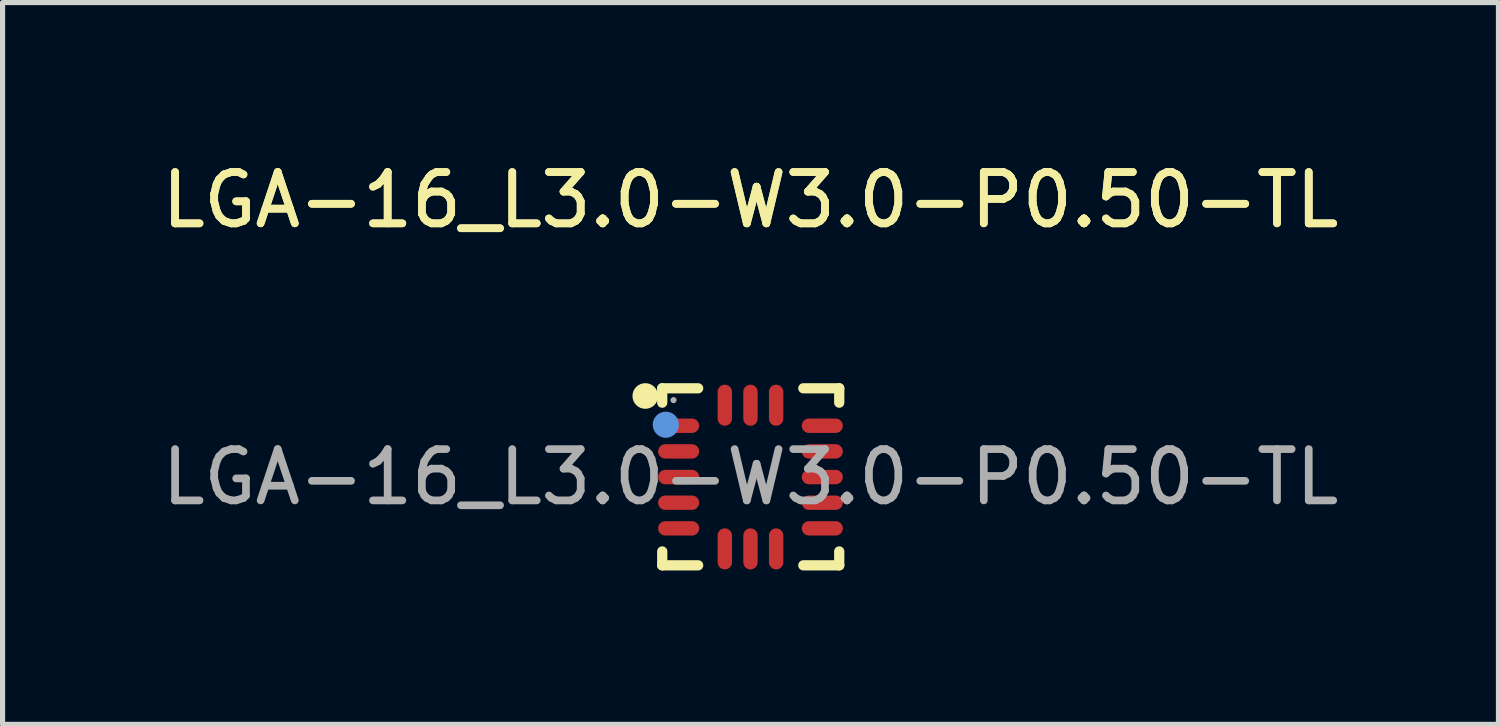
<source format=kicad_pcb>
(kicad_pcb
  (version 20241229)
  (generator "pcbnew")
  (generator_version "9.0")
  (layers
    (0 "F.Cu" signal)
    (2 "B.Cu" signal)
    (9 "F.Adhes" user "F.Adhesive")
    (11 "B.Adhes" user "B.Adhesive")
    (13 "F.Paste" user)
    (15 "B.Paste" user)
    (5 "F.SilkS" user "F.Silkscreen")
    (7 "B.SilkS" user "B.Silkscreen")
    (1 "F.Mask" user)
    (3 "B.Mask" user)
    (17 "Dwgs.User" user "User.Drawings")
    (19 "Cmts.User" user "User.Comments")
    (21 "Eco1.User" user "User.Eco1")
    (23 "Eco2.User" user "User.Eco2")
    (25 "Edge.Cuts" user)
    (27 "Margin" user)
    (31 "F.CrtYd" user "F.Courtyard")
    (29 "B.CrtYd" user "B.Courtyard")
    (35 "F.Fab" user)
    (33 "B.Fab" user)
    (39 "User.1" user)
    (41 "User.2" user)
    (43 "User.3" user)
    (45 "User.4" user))
  (footprint "LGA-16_L3.0-W3.0-P0.50-TL"
    (layer "F.Cu")
    (at 11.577 6.248)
    (property "Reference" "LGA-16_L3.0-W3.0-P0.50-TL" (at 0 -5.4 0) (layer "F.SilkS") (effects (font (size 1 1) (thickness 0.15))))
    (attr smd)
    (fp_line (start -1.72 -1.73) (end -1.02 -1.73) (stroke (width 0.2) (type solid)) (layer "F.SilkS"))
    (fp_line (start -1.72 -1.45) (end -1.72 -1.73) (stroke (width 0.2) (type solid)) (layer "F.SilkS"))
    (fp_line (start -1.72 1.45) (end -1.72 1.72) (stroke (width 0.2) (type solid)) (layer "F.SilkS"))
    (fp_line (start -1.72 1.72) (end -1.02 1.72) (stroke (width 0.2) (type solid)) (layer "F.SilkS"))
    (fp_line (start 1.03 -1.73) (end 1.73 -1.73) (stroke (width 0.2) (type solid)) (layer "F.SilkS"))
    (fp_line (start 1.03 1.72) (end 1.73 1.72) (stroke (width 0.2) (type solid)) (layer "F.SilkS"))
    (fp_line (start 1.73 -1.73) (end 1.73 -1.45) (stroke (width 0.2) (type solid)) (layer "F.SilkS"))
    (fp_line (start 1.73 1.72) (end 1.73 1.45) (stroke (width 0.2) (type solid)) (layer "F.SilkS"))
    (fp_arc (start -2.05 -1.58) (mid -2.05 -1.58) (end -2.05 -1.58) (stroke (width 0.25) (type solid)) (layer "F.SilkS"))
    (fp_circle (center -1.65 -1.02) (end -1.52 -1.02) (stroke (width 0.25) (type solid)) (fill no) (layer "Cmts.User"))
    (fp_circle (center -1.5 -1.5) (end -1.47 -1.5) (stroke (width 0.06) (type solid)) (fill no) (layer "F.Fab"))
    (fp_text user "${REFERENCE}" (at 0 -5.4 0) (layer "F.SilkS") (effects (font (size 1 1) (thickness 0.15))))
    (fp_text user "${REFERENCE}" (at 0 0 0) (layer "F.Fab") (effects (font (size 1 1) (thickness 0.15))))
    (pad "1" smd oval (at -1.4 -1) (size 0.8 0.28) (layers "F.Cu" "F.Mask" "F.Paste"))
    (pad "2" smd oval (at -1.4 -0.5) (size 0.8 0.28) (layers "F.Cu" "F.Mask" "F.Paste"))
    (pad "3" smd oval (at -1.4 0) (size 0.8 0.28) (layers "F.Cu" "F.Mask" "F.Paste"))
    (pad "4" smd oval (at -1.4 0.5) (size 0.8 0.28) (layers "F.Cu" "F.Mask" "F.Paste"))
    (pad "5" smd oval (at -1.4 1) (size 0.8 0.28) (layers "F.Cu" "F.Mask" "F.Paste"))
    (pad "6" smd oval (at -0.5 1.4) (size 0.28 0.8) (layers "F.Cu" "F.Mask" "F.Paste"))
    (pad "7" smd oval (at 0 1.4) (size 0.28 0.8) (layers "F.Cu" "F.Mask" "F.Paste"))
    (pad "8" smd oval (at 0.5 1.4) (size 0.28 0.8) (layers "F.Cu" "F.Mask" "F.Paste"))
    (pad "9" smd oval (at 1.4 1) (size 0.8 0.28) (layers "F.Cu" "F.Mask" "F.Paste"))
    (pad "10" smd oval (at 1.4 0.5) (size 0.8 0.28) (layers "F.Cu" "F.Mask" "F.Paste"))
    (pad "11" smd oval (at 1.4 0) (size 0.8 0.28) (layers "F.Cu" "F.Mask" "F.Paste"))
    (pad "12" smd oval (at 1.4 -0.5) (size 0.8 0.28) (layers "F.Cu" "F.Mask" "F.Paste"))
    (pad "13" smd oval (at 1.4 -1) (size 0.8 0.28) (layers "F.Cu" "F.Mask" "F.Paste"))
    (pad "14" smd oval (at 0.5 -1.4) (size 0.28 0.8) (layers "F.Cu" "F.Mask" "F.Paste"))
    (pad "15" smd oval (at 0 -1.4) (size 0.28 0.8) (layers "F.Cu" "F.Mask" "F.Paste"))
    (pad "16" smd oval (at -0.5 -1.4) (size 0.28 0.8) (layers "F.Cu" "F.Mask" "F.Paste")))
  (gr_rect
    (start -3 -3)
    (end 26.155 11.068)
    (stroke (width 0.1) (type default))
    (fill no)
    (layer "Edge.Cuts")))
</source>
